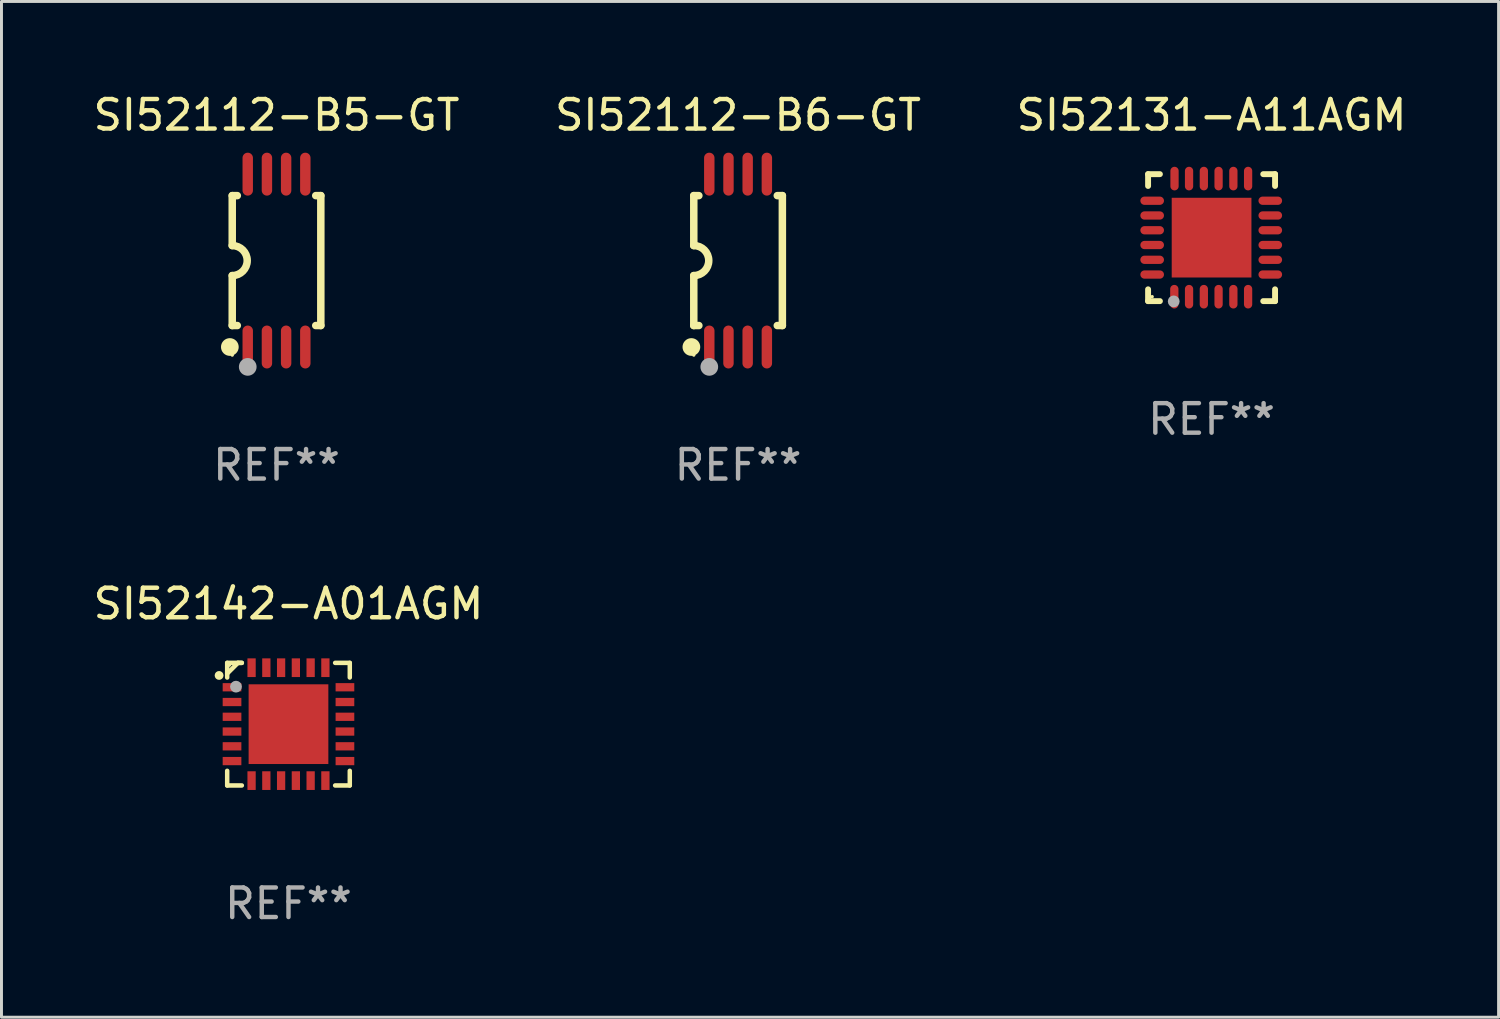
<source format=kicad_pcb>
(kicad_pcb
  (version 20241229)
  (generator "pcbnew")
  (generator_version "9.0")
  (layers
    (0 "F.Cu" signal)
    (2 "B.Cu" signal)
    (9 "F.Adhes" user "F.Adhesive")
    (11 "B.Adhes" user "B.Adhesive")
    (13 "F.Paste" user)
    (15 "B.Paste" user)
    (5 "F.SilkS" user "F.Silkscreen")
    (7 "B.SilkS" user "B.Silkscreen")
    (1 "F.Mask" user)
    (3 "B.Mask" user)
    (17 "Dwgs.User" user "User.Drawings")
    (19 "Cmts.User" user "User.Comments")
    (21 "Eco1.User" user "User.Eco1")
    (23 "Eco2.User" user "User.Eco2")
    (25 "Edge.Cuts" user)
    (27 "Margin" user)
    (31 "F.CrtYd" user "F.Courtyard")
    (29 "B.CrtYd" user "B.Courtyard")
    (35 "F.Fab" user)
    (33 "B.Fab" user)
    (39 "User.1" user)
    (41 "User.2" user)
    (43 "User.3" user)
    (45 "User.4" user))
  (footprint "SI52112-B5-GT"
    (layer "F.Cu")
    (at 6.315 5.775)
    (property "Reference" "SI52112-B5-GT" (at 0 -4.927 0) (layer "F.SilkS") (effects (font (size 1 1) (thickness 0.15))))
    (attr through_hole)
    (fp_line (start -1.5 -2.2) (end -1.5 -0.508) (stroke (width 0.254) (type solid)) (layer "F.SilkS"))
    (fp_line (start -1.5 -2.2) (end -1.328 -2.2) (stroke (width 0.254) (type solid)) (layer "F.SilkS"))
    (fp_line (start -1.5 2.2) (end -1.5 0.508) (stroke (width 0.254) (type solid)) (layer "F.SilkS"))
    (fp_line (start -1.5 2.2) (end -1.328 2.2) (stroke (width 0.254) (type solid)) (layer "F.SilkS"))
    (fp_line (start 1.328 -2.2) (end 1.5 -2.2) (stroke (width 0.254) (type solid)) (layer "F.SilkS"))
    (fp_line (start 1.328 2.2) (end 1.5 2.2) (stroke (width 0.254) (type solid)) (layer "F.SilkS"))
    (fp_line (start 1.5 -2.2) (end 1.5 2.2) (stroke (width 0.254) (type solid)) (layer "F.SilkS"))
    (fp_arc (start -1.501144 -0.508) (mid -0.993143 -0.000571) (end -1.5 0.508001) (stroke (width 0.254001) (type solid)) (layer "F.SilkS"))
    (fp_circle (center -1.581 2.927) (end -1.431 2.927) (stroke (width 0.3) (type solid)) (fill no) (layer "F.SilkS"))
    (fp_circle (center -1.5 3.2) (end -1.47 3.2) (stroke (width 0.06) (type solid)) (fill no) (layer "F.SilkS"))
    (fp_circle (center -0.975 3.6) (end -0.825 3.6) (stroke (width 0.3) (type solid)) (fill no) (layer "F.Fab"))
    (fp_text user "REF**" (at 0 6.927 0) (layer "F.Fab") (effects (font (size 1 1) (thickness 0.15))))
    (pad "1" smd oval (at -0.975 2.927) (size 0.353 1.454) (layers "F.Cu" "F.Mask" "F.Paste"))
    (pad "2" smd oval (at -0.325 2.927) (size 0.353 1.454) (layers "F.Cu" "F.Mask" "F.Paste"))
    (pad "3" smd oval (at 0.325 2.927) (size 0.353 1.454) (layers "F.Cu" "F.Mask" "F.Paste"))
    (pad "4" smd oval (at 0.975 2.927) (size 0.353 1.454) (layers "F.Cu" "F.Mask" "F.Paste"))
    (pad "5" smd oval (at 0.975 -2.927) (size 0.353 1.454) (layers "F.Cu" "F.Mask" "F.Paste"))
    (pad "6" smd oval (at 0.325 -2.927) (size 0.353 1.454) (layers "F.Cu" "F.Mask" "F.Paste"))
    (pad "7" smd oval (at -0.325 -2.927) (size 0.353 1.454) (layers "F.Cu" "F.Mask" "F.Paste"))
    (pad "8" smd oval (at -0.975 -2.927) (size 0.353 1.454) (layers "F.Cu" "F.Mask" "F.Paste")))
  (footprint "SI52131-A11AGM"
    (layer "F.Cu")
    (at 37.982 4.998)
    (property "Reference" "SI52131-A11AGM" (at 0 -4.15 0) (layer "F.SilkS") (effects (font (size 1 1) (thickness 0.15))))
    (attr through_hole)
    (fp_line (start -2.15 -2.15) (end -1.75 -2.15) (stroke (width 0.2) (type solid)) (layer "F.SilkS"))
    (fp_line (start -2.15 -1.75) (end -2.15 -2.15) (stroke (width 0.2) (type solid)) (layer "F.SilkS"))
    (fp_line (start -2.15 2.15) (end -2.15 1.75) (stroke (width 0.2) (type solid)) (layer "F.SilkS"))
    (fp_line (start -1.75 2.15) (end -2.15 2.15) (stroke (width 0.2) (type solid)) (layer "F.SilkS"))
    (fp_line (start 2.15 -2.15) (end 1.75 -2.15) (stroke (width 0.2) (type solid)) (layer "F.SilkS"))
    (fp_line (start 2.15 -1.75) (end 2.15 -2.15) (stroke (width 0.2) (type solid)) (layer "F.SilkS"))
    (fp_line (start 2.15 1.75) (end 2.15 2.15) (stroke (width 0.2) (type solid)) (layer "F.SilkS"))
    (fp_line (start 2.15 2.15) (end 1.75 2.15) (stroke (width 0.2) (type solid)) (layer "F.SilkS"))
    (fp_circle (center -2.013 2) (end -1.983 2) (stroke (width 0.06) (type solid)) (fill no) (layer "F.SilkS"))
    (fp_circle (center -1.282 2.159) (end -1.182 2.159) (stroke (width 0.2) (type solid)) (fill no) (layer "F.Fab"))
    (fp_text user "REF**" (at 0 6.15 0) (layer "F.Fab") (effects (font (size 1 1) (thickness 0.15))))
    (pad "1" smd oval (at -1.262 2) (size 0.28 0.8) (layers "F.Cu" "F.Mask" "F.Paste"))
    (pad "2" smd oval (at -0.763 2) (size 0.28 0.8) (layers "F.Cu" "F.Mask" "F.Paste"))
    (pad "3" smd oval (at -0.262 2) (size 0.28 0.8) (layers "F.Cu" "F.Mask" "F.Paste"))
    (pad "4" smd oval (at 0.237 2) (size 0.28 0.8) (layers "F.Cu" "F.Mask" "F.Paste"))
    (pad "5" smd oval (at 0.738 2) (size 0.28 0.8) (layers "F.Cu" "F.Mask" "F.Paste"))
    (pad "6" smd oval (at 1.237 2) (size 0.28 0.8) (layers "F.Cu" "F.Mask" "F.Paste"))
    (pad "7" smd oval (at 1.988 1.25) (size 0.8 0.28) (layers "F.Cu" "F.Mask" "F.Paste"))
    (pad "8" smd oval (at 1.988 0.75) (size 0.8 0.28) (layers "F.Cu" "F.Mask" "F.Paste"))
    (pad "9" smd oval (at 1.988 0.25) (size 0.8 0.28) (layers "F.Cu" "F.Mask" "F.Paste"))
    (pad "10" smd oval (at 1.988 -0.25) (size 0.8 0.28) (layers "F.Cu" "F.Mask" "F.Paste"))
    (pad "11" smd oval (at 1.988 -0.75) (size 0.8 0.28) (layers "F.Cu" "F.Mask" "F.Paste"))
    (pad "12" smd oval (at 1.988 -1.25) (size 0.8 0.28) (layers "F.Cu" "F.Mask" "F.Paste"))
    (pad "13" smd oval (at 1.237 -2) (size 0.28 0.8) (layers "F.Cu" "F.Mask" "F.Paste"))
    (pad "14" smd oval (at 0.738 -2) (size 0.28 0.8) (layers "F.Cu" "F.Mask" "F.Paste"))
    (pad "15" smd oval (at 0.237 -2) (size 0.28 0.8) (layers "F.Cu" "F.Mask" "F.Paste"))
    (pad "16" smd oval (at -0.262 -2) (size 0.28 0.8) (layers "F.Cu" "F.Mask" "F.Paste"))
    (pad "17" smd oval (at -0.763 -2) (size 0.28 0.8) (layers "F.Cu" "F.Mask" "F.Paste"))
    (pad "18" smd oval (at -1.255 -2) (size 0.28 0.8) (layers "F.Cu" "F.Mask" "F.Paste"))
    (pad "19" smd oval (at -2.012 -1.25) (size 0.8 0.28) (layers "F.Cu" "F.Mask" "F.Paste"))
    (pad "20" smd oval (at -2.012 -0.75) (size 0.8 0.28) (layers "F.Cu" "F.Mask" "F.Paste"))
    (pad "21" smd oval (at -2.012 -0.25) (size 0.8 0.28) (layers "F.Cu" "F.Mask" "F.Paste"))
    (pad "22" smd oval (at -2.012 0.25) (size 0.8 0.28) (layers "F.Cu" "F.Mask" "F.Paste"))
    (pad "23" smd oval (at -2.012 0.75) (size 0.8 0.28) (layers "F.Cu" "F.Mask" "F.Paste"))
    (pad "24" smd oval (at -2.012 1.25) (size 0.8 0.28) (layers "F.Cu" "F.Mask" "F.Paste"))
    (pad "25" smd rect (at -0.000013 -0.000025) (size 2.7 2.7) (layers "F.Cu" "F.Mask" "F.Paste")))
  (footprint "SI52142-A01AGM"
    (layer "F.Cu")
    (at 6.72 21.475)
    (property "Reference" "SI52142-A01AGM" (at 0 -4.076 0) (layer "F.SilkS") (effects (font (size 1 1) (thickness 0.15))))
    (attr through_hole)
    (fp_line (start -2.076 -2.076) (end -2.076 -1.58) (stroke (width 0.152) (type solid)) (layer "F.SilkS"))
    (fp_line (start -2.076 2.076) (end -2.076 1.58) (stroke (width 0.152) (type solid)) (layer "F.SilkS"))
    (fp_line (start -1.713 -2.076) (end -2.076 -1.713) (stroke (width 0.152) (type solid)) (layer "F.SilkS"))
    (fp_line (start -1.58 -2.076) (end -2.076 -2.076) (stroke (width 0.152) (type solid)) (layer "F.SilkS"))
    (fp_line (start -1.58 -2.076) (end -1.713 -2.076) (stroke (width 0.152) (type solid)) (layer "F.SilkS"))
    (fp_line (start -1.58 2.076) (end -2.076 2.076) (stroke (width 0.152) (type solid)) (layer "F.SilkS"))
    (fp_line (start 1.58 -2.076) (end 2.076 -2.076) (stroke (width 0.152) (type solid)) (layer "F.SilkS"))
    (fp_line (start 1.58 2.076) (end 2.076 2.076) (stroke (width 0.152) (type solid)) (layer "F.SilkS"))
    (fp_line (start 2.076 -2.076) (end 2.076 -1.58) (stroke (width 0.152) (type solid)) (layer "F.SilkS"))
    (fp_line (start 2.076 2.076) (end 2.076 1.58) (stroke (width 0.152) (type solid)) (layer "F.SilkS"))
    (fp_circle (center -2.35 -1.65) (end -2.275 -1.65) (stroke (width 0.15) (type solid)) (fill no) (layer "F.SilkS"))
    (fp_circle (center -2 -2) (end -1.97 -2) (stroke (width 0.06) (type solid)) (fill no) (layer "F.SilkS"))
    (fp_circle (center -1.778 -1.27) (end -1.678 -1.27) (stroke (width 0.2) (type solid)) (fill no) (layer "F.Fab"))
    (fp_text user "REF**" (at 0 6.076 0) (layer "F.Fab") (effects (font (size 1 1) (thickness 0.15))))
    (pad "1" smd rect (at -1.912 -1.25) (size 0.633 0.28) (layers "F.Cu" "F.Mask" "F.Paste"))
    (pad "2" smd rect (at -1.912 -0.75) (size 0.633 0.28) (layers "F.Cu" "F.Mask" "F.Paste"))
    (pad "3" smd rect (at -1.912 -0.25) (size 0.633 0.28) (layers "F.Cu" "F.Mask" "F.Paste"))
    (pad "4" smd rect (at -1.912 0.25) (size 0.633 0.28) (layers "F.Cu" "F.Mask" "F.Paste"))
    (pad "5" smd rect (at -1.912 0.75) (size 0.633 0.28) (layers "F.Cu" "F.Mask" "F.Paste"))
    (pad "6" smd rect (at -1.912 1.25) (size 0.633 0.28) (layers "F.Cu" "F.Mask" "F.Paste"))
    (pad "7" smd rect (at -1.25 1.912) (size 0.28 0.633) (layers "F.Cu" "F.Mask" "F.Paste"))
    (pad "8" smd rect (at -0.75 1.912) (size 0.28 0.633) (layers "F.Cu" "F.Mask" "F.Paste"))
    (pad "9" smd rect (at -0.25 1.912) (size 0.28 0.633) (layers "F.Cu" "F.Mask" "F.Paste"))
    (pad "10" smd rect (at 0.25 1.912) (size 0.28 0.633) (layers "F.Cu" "F.Mask" "F.Paste"))
    (pad "11" smd rect (at 0.75 1.912) (size 0.28 0.633) (layers "F.Cu" "F.Mask" "F.Paste"))
    (pad "12" smd rect (at 1.25 1.912) (size 0.28 0.633) (layers "F.Cu" "F.Mask" "F.Paste"))
    (pad "13" smd rect (at 1.912 1.25) (size 0.633 0.28) (layers "F.Cu" "F.Mask" "F.Paste"))
    (pad "14" smd rect (at 1.912 0.75) (size 0.633 0.28) (layers "F.Cu" "F.Mask" "F.Paste"))
    (pad "15" smd rect (at 1.912 0.25) (size 0.633 0.28) (layers "F.Cu" "F.Mask" "F.Paste"))
    (pad "16" smd rect (at 1.912 -0.25) (size 0.633 0.28) (layers "F.Cu" "F.Mask" "F.Paste"))
    (pad "17" smd rect (at 1.912 -0.75) (size 0.633 0.28) (layers "F.Cu" "F.Mask" "F.Paste"))
    (pad "18" smd rect (at 1.912 -1.25) (size 0.633 0.28) (layers "F.Cu" "F.Mask" "F.Paste"))
    (pad "19" smd rect (at 1.25 -1.912) (size 0.28 0.633) (layers "F.Cu" "F.Mask" "F.Paste"))
    (pad "20" smd rect (at 0.75 -1.912) (size 0.28 0.633) (layers "F.Cu" "F.Mask" "F.Paste"))
    (pad "21" smd rect (at 0.25 -1.912) (size 0.28 0.633) (layers "F.Cu" "F.Mask" "F.Paste"))
    (pad "22" smd rect (at -0.25 -1.912) (size 0.28 0.633) (layers "F.Cu" "F.Mask" "F.Paste"))
    (pad "23" smd rect (at -0.75 -1.912) (size 0.28 0.633) (layers "F.Cu" "F.Mask" "F.Paste"))
    (pad "24" smd rect (at -1.25 -1.912) (size 0.28 0.633) (layers "F.Cu" "F.Mask" "F.Paste"))
    (pad "25" smd rect (at 0 0) (size 2.7 2.7) (layers "F.Cu" "F.Mask" "F.Paste")))
  (footprint "SI52112-B6-GT"
    (layer "F.Cu")
    (at 21.946 5.775)
    (property "Reference" "SI52112-B6-GT" (at 0 -4.927 0) (layer "F.SilkS") (effects (font (size 1 1) (thickness 0.15))))
    (attr through_hole)
    (fp_line (start -1.5 -2.2) (end -1.5 -0.508) (stroke (width 0.254) (type solid)) (layer "F.SilkS"))
    (fp_line (start -1.5 -2.2) (end -1.328 -2.2) (stroke (width 0.254) (type solid)) (layer "F.SilkS"))
    (fp_line (start -1.5 2.2) (end -1.5 0.508) (stroke (width 0.254) (type solid)) (layer "F.SilkS"))
    (fp_line (start -1.5 2.2) (end -1.328 2.2) (stroke (width 0.254) (type solid)) (layer "F.SilkS"))
    (fp_line (start 1.328 -2.2) (end 1.5 -2.2) (stroke (width 0.254) (type solid)) (layer "F.SilkS"))
    (fp_line (start 1.328 2.2) (end 1.5 2.2) (stroke (width 0.254) (type solid)) (layer "F.SilkS"))
    (fp_line (start 1.5 -2.2) (end 1.5 2.2) (stroke (width 0.254) (type solid)) (layer "F.SilkS"))
    (fp_arc (start -1.501144 -0.508) (mid -0.993143 -0.000571) (end -1.5 0.508001) (stroke (width 0.254001) (type solid)) (layer "F.SilkS"))
    (fp_circle (center -1.581 2.927) (end -1.431 2.927) (stroke (width 0.3) (type solid)) (fill no) (layer "F.SilkS"))
    (fp_circle (center -1.5 3.2) (end -1.47 3.2) (stroke (width 0.06) (type solid)) (fill no) (layer "F.SilkS"))
    (fp_circle (center -0.975 3.6) (end -0.825 3.6) (stroke (width 0.3) (type solid)) (fill no) (layer "F.Fab"))
    (fp_text user "REF**" (at 0 6.927 0) (layer "F.Fab") (effects (font (size 1 1) (thickness 0.15))))
    (pad "1" smd oval (at -0.975 2.927) (size 0.353 1.454) (layers "F.Cu" "F.Mask" "F.Paste"))
    (pad "2" smd oval (at -0.325 2.927) (size 0.353 1.454) (layers "F.Cu" "F.Mask" "F.Paste"))
    (pad "3" smd oval (at 0.325 2.927) (size 0.353 1.454) (layers "F.Cu" "F.Mask" "F.Paste"))
    (pad "4" smd oval (at 0.975 2.927) (size 0.353 1.454) (layers "F.Cu" "F.Mask" "F.Paste"))
    (pad "5" smd oval (at 0.975 -2.927) (size 0.353 1.454) (layers "F.Cu" "F.Mask" "F.Paste"))
    (pad "6" smd oval (at 0.325 -2.927) (size 0.353 1.454) (layers "F.Cu" "F.Mask" "F.Paste"))
    (pad "7" smd oval (at -0.325 -2.927) (size 0.353 1.454) (layers "F.Cu" "F.Mask" "F.Paste"))
    (pad "8" smd oval (at -0.975 -2.927) (size 0.353 1.454) (layers "F.Cu" "F.Mask" "F.Paste")))
  (gr_rect
    (start -3 -3)
    (end 47.702 31.4)
    (stroke (width 0.1) (type default))
    (fill no)
    (layer "Edge.Cuts")))
</source>
